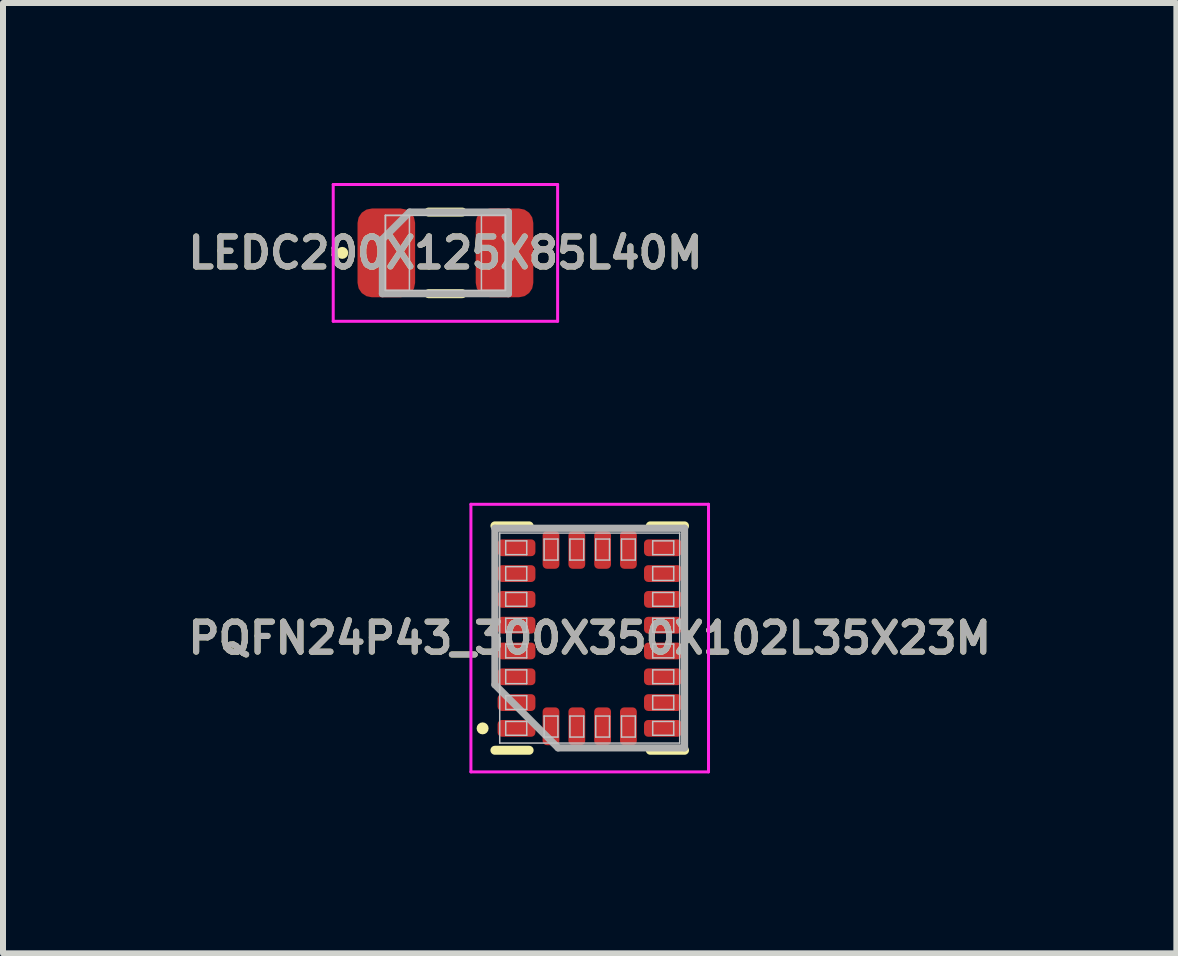
<source format=kicad_pcb>
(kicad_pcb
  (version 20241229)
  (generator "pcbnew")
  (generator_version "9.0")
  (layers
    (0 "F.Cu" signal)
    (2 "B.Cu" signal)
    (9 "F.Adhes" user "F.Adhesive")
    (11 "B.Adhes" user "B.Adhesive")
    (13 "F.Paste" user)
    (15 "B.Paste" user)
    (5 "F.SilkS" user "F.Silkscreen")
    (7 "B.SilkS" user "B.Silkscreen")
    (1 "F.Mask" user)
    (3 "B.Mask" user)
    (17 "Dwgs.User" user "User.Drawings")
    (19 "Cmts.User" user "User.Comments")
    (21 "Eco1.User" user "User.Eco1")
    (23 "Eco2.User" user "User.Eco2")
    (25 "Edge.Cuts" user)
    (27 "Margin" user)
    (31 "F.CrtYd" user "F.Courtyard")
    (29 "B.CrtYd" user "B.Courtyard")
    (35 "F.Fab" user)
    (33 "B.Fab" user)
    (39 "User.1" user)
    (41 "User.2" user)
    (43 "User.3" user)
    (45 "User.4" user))
  (footprint "LEDC200X125X85L40M"
    (layer "F.Cu")
    (at 4.374 1.165)
    (property "Reference" "LEDC200X125X85L40M" (at 0 0 0) (layer "F.SilkS") (effects (font (size 0.5 0.5) (thickness 0.1))))
    (attr smd)
    (fp_line (start -0.28 -0.68) (end 0.28 -0.68) (stroke (width 0.15) (type solid)) (layer "F.SilkS"))
    (fp_line (start -0.28 0.68) (end 0.28 0.68) (stroke (width 0.15) (type solid)) (layer "F.SilkS"))
    (fp_circle (center -1.72 0) (end -1.72 0.05) (stroke (width 0.1) (type solid)) (fill no) (layer "F.SilkS"))
    (fp_line (start -1 -0.625) (end -0.6 -0.625) (stroke (width 0.025) (type solid)) (layer "Dwgs.User"))
    (fp_line (start -1 -0.625) (end 1 -0.625) (stroke (width 0.025) (type solid)) (layer "Dwgs.User"))
    (fp_line (start -1 0.625) (end -1 -0.625) (stroke (width 0.025) (type solid)) (layer "Dwgs.User"))
    (fp_line (start -1 0.625) (end -1 -0.625) (stroke (width 0.025) (type solid)) (layer "Dwgs.User"))
    (fp_line (start -0.6 -0.625) (end -0.6 0.625) (stroke (width 0.025) (type solid)) (layer "Dwgs.User"))
    (fp_line (start -0.6 0.625) (end -1 0.625) (stroke (width 0.025) (type solid)) (layer "Dwgs.User"))
    (fp_line (start 0.6 -0.625) (end 1 -0.625) (stroke (width 0.025) (type solid)) (layer "Dwgs.User"))
    (fp_line (start 0.6 0.625) (end 0.6 -0.625) (stroke (width 0.025) (type solid)) (layer "Dwgs.User"))
    (fp_line (start 1 -0.625) (end 1 0.625) (stroke (width 0.025) (type solid)) (layer "Dwgs.User"))
    (fp_line (start 1 -0.625) (end 1 0.625) (stroke (width 0.025) (type solid)) (layer "Dwgs.User"))
    (fp_line (start 1 0.625) (end -1 0.625) (stroke (width 0.025) (type solid)) (layer "Dwgs.User"))
    (fp_line (start 1 0.625) (end 0.6 0.625) (stroke (width 0.025) (type solid)) (layer "Dwgs.User"))
    (fp_line (start -1.87 -1.14) (end 1.87 -1.14) (stroke (width 0.05) (type solid)) (layer "F.CrtYd"))
    (fp_line (start -1.87 1.14) (end -1.87 -1.14) (stroke (width 0.05) (type solid)) (layer "F.CrtYd"))
    (fp_line (start 1.87 -1.14) (end 1.87 1.14) (stroke (width 0.05) (type solid)) (layer "F.CrtYd"))
    (fp_line (start 1.87 1.14) (end -1.87 1.14) (stroke (width 0.05) (type solid)) (layer "F.CrtYd"))
    (fp_line (start -1.05 -0.227) (end -0.597 -0.68) (stroke (width 0.12) (type solid)) (layer "F.Fab"))
    (fp_line (start -1.05 0.68) (end -1.05 -0.227) (stroke (width 0.12) (type solid)) (layer "F.Fab"))
    (fp_line (start -0.597 -0.68) (end 1.05 -0.68) (stroke (width 0.12) (type solid)) (layer "F.Fab"))
    (fp_line (start 1.05 -0.68) (end 1.05 0.68) (stroke (width 0.12) (type solid)) (layer "F.Fab"))
    (fp_line (start 1.05 0.68) (end -1.05 0.68) (stroke (width 0.12) (type solid)) (layer "F.Fab"))
    (fp_text user "${REFERENCE}" (at 0 0 0) (layer "F.Fab") (effects (font (size 0.5 0.5) (thickness 0.1))))
    (pad "A" smd roundrect (at 0.985 0) (size 0.96 1.48) (layers "F.Cu" "F.Mask" "F.Paste") (roundrect_rratio 0.25))
    (pad "C" smd roundrect (at -0.985 0) (size 0.96 1.48) (layers "F.Cu" "F.Mask" "F.Paste") (roundrect_rratio 0.25)))
  (footprint "PQFN24P43_300X350X102L35X23M"
    (layer "F.Cu")
    (at 6.779 7.585)
    (property "Reference" "PQFN24P43_300X350X102L35X23M" (at 0 0 0) (layer "F.SilkS") (effects (font (size 0.5 0.5) (thickness 0.1))))
    (attr smd)
    (fp_line (start -1.58 -1.87) (end -1.01 -1.87) (stroke (width 0.15) (type solid)) (layer "F.SilkS"))
    (fp_line (start -1.58 1.87) (end -1.01 1.87) (stroke (width 0.15) (type solid)) (layer "F.SilkS"))
    (fp_line (start 1.58 -1.87) (end 1.01 -1.87) (stroke (width 0.15) (type solid)) (layer "F.SilkS"))
    (fp_line (start 1.58 1.87) (end 1.01 1.87) (stroke (width 0.15) (type solid)) (layer "F.SilkS"))
    (fp_circle (center -1.785 1.505) (end -1.785 1.555) (stroke (width 0.1) (type solid)) (fill no) (layer "F.SilkS"))
    (fp_line (start -1.5 -1.75) (end 1.5 -1.75) (stroke (width 0.025) (type solid)) (layer "Dwgs.User"))
    (fp_line (start -1.5 1.75) (end -1.5 -1.75) (stroke (width 0.025) (type solid)) (layer "Dwgs.User"))
    (fp_line (start -1.4 -1.62) (end -1.05 -1.62) (stroke (width 0.025) (type solid)) (layer "Dwgs.User"))
    (fp_line (start -1.4 -1.39) (end -1.4 -1.62) (stroke (width 0.025) (type solid)) (layer "Dwgs.User"))
    (fp_line (start -1.4 -1.19) (end -1.05 -1.19) (stroke (width 0.025) (type solid)) (layer "Dwgs.User"))
    (fp_line (start -1.4 -0.96) (end -1.4 -1.19) (stroke (width 0.025) (type solid)) (layer "Dwgs.User"))
    (fp_line (start -1.4 -0.76) (end -1.05 -0.76) (stroke (width 0.025) (type solid)) (layer "Dwgs.User"))
    (fp_line (start -1.4 -0.53) (end -1.4 -0.76) (stroke (width 0.025) (type solid)) (layer "Dwgs.User"))
    (fp_line (start -1.4 -0.33) (end -1.05 -0.33) (stroke (width 0.025) (type solid)) (layer "Dwgs.User"))
    (fp_line (start -1.4 -0.1) (end -1.4 -0.33) (stroke (width 0.025) (type solid)) (layer "Dwgs.User"))
    (fp_line (start -1.4 0.1) (end -1.05 0.1) (stroke (width 0.025) (type solid)) (layer "Dwgs.User"))
    (fp_line (start -1.4 0.33) (end -1.4 0.1) (stroke (width 0.025) (type solid)) (layer "Dwgs.User"))
    (fp_line (start -1.4 0.53) (end -1.05 0.53) (stroke (width 0.025) (type solid)) (layer "Dwgs.User"))
    (fp_line (start -1.4 0.76) (end -1.4 0.53) (stroke (width 0.025) (type solid)) (layer "Dwgs.User"))
    (fp_line (start -1.4 0.96) (end -1.05 0.96) (stroke (width 0.025) (type solid)) (layer "Dwgs.User"))
    (fp_line (start -1.4 1.19) (end -1.4 0.96) (stroke (width 0.025) (type solid)) (layer "Dwgs.User"))
    (fp_line (start -1.4 1.39) (end -1.05 1.39) (stroke (width 0.025) (type solid)) (layer "Dwgs.User"))
    (fp_line (start -1.4 1.62) (end -1.4 1.39) (stroke (width 0.025) (type solid)) (layer "Dwgs.User"))
    (fp_line (start -1.05 -1.62) (end -1.05 -1.39) (stroke (width 0.025) (type solid)) (layer "Dwgs.User"))
    (fp_line (start -1.05 -1.39) (end -1.4 -1.39) (stroke (width 0.025) (type solid)) (layer "Dwgs.User"))
    (fp_line (start -1.05 -1.19) (end -1.05 -0.96) (stroke (width 0.025) (type solid)) (layer "Dwgs.User"))
    (fp_line (start -1.05 -0.96) (end -1.4 -0.96) (stroke (width 0.025) (type solid)) (layer "Dwgs.User"))
    (fp_line (start -1.05 -0.76) (end -1.05 -0.53) (stroke (width 0.025) (type solid)) (layer "Dwgs.User"))
    (fp_line (start -1.05 -0.53) (end -1.4 -0.53) (stroke (width 0.025) (type solid)) (layer "Dwgs.User"))
    (fp_line (start -1.05 -0.33) (end -1.05 -0.1) (stroke (width 0.025) (type solid)) (layer "Dwgs.User"))
    (fp_line (start -1.05 -0.1) (end -1.4 -0.1) (stroke (width 0.025) (type solid)) (layer "Dwgs.User"))
    (fp_line (start -1.05 0.1) (end -1.05 0.33) (stroke (width 0.025) (type solid)) (layer "Dwgs.User"))
    (fp_line (start -1.05 0.33) (end -1.4 0.33) (stroke (width 0.025) (type solid)) (layer "Dwgs.User"))
    (fp_line (start -1.05 0.53) (end -1.05 0.76) (stroke (width 0.025) (type solid)) (layer "Dwgs.User"))
    (fp_line (start -1.05 0.76) (end -1.4 0.76) (stroke (width 0.025) (type solid)) (layer "Dwgs.User"))
    (fp_line (start -1.05 0.96) (end -1.05 1.19) (stroke (width 0.025) (type solid)) (layer "Dwgs.User"))
    (fp_line (start -1.05 1.19) (end -1.4 1.19) (stroke (width 0.025) (type solid)) (layer "Dwgs.User"))
    (fp_line (start -1.05 1.39) (end -1.05 1.62) (stroke (width 0.025) (type solid)) (layer "Dwgs.User"))
    (fp_line (start -1.05 1.62) (end -1.4 1.62) (stroke (width 0.025) (type solid)) (layer "Dwgs.User"))
    (fp_line (start -0.76 -1.65) (end -0.53 -1.65) (stroke (width 0.025) (type solid)) (layer "Dwgs.User"))
    (fp_line (start -0.76 -1.3) (end -0.76 -1.65) (stroke (width 0.025) (type solid)) (layer "Dwgs.User"))
    (fp_line (start -0.76 1.3) (end -0.53 1.3) (stroke (width 0.025) (type solid)) (layer "Dwgs.User"))
    (fp_line (start -0.76 1.65) (end -0.76 1.3) (stroke (width 0.025) (type solid)) (layer "Dwgs.User"))
    (fp_line (start -0.53 -1.65) (end -0.53 -1.3) (stroke (width 0.025) (type solid)) (layer "Dwgs.User"))
    (fp_line (start -0.53 -1.3) (end -0.76 -1.3) (stroke (width 0.025) (type solid)) (layer "Dwgs.User"))
    (fp_line (start -0.53 1.3) (end -0.53 1.65) (stroke (width 0.025) (type solid)) (layer "Dwgs.User"))
    (fp_line (start -0.53 1.65) (end -0.76 1.65) (stroke (width 0.025) (type solid)) (layer "Dwgs.User"))
    (fp_line (start -0.33 -1.65) (end -0.1 -1.65) (stroke (width 0.025) (type solid)) (layer "Dwgs.User"))
    (fp_line (start -0.33 -1.3) (end -0.33 -1.65) (stroke (width 0.025) (type solid)) (layer "Dwgs.User"))
    (fp_line (start -0.33 1.3) (end -0.1 1.3) (stroke (width 0.025) (type solid)) (layer "Dwgs.User"))
    (fp_line (start -0.33 1.65) (end -0.33 1.3) (stroke (width 0.025) (type solid)) (layer "Dwgs.User"))
    (fp_line (start -0.1 -1.65) (end -0.1 -1.3) (stroke (width 0.025) (type solid)) (layer "Dwgs.User"))
    (fp_line (start -0.1 -1.3) (end -0.33 -1.3) (stroke (width 0.025) (type solid)) (layer "Dwgs.User"))
    (fp_line (start -0.1 1.3) (end -0.1 1.65) (stroke (width 0.025) (type solid)) (layer "Dwgs.User"))
    (fp_line (start -0.1 1.65) (end -0.33 1.65) (stroke (width 0.025) (type solid)) (layer "Dwgs.User"))
    (fp_line (start 0.1 -1.65) (end 0.33 -1.65) (stroke (width 0.025) (type solid)) (layer "Dwgs.User"))
    (fp_line (start 0.1 -1.3) (end 0.1 -1.65) (stroke (width 0.025) (type solid)) (layer "Dwgs.User"))
    (fp_line (start 0.1 1.3) (end 0.33 1.3) (stroke (width 0.025) (type solid)) (layer "Dwgs.User"))
    (fp_line (start 0.1 1.65) (end 0.1 1.3) (stroke (width 0.025) (type solid)) (layer "Dwgs.User"))
    (fp_line (start 0.33 -1.65) (end 0.33 -1.3) (stroke (width 0.025) (type solid)) (layer "Dwgs.User"))
    (fp_line (start 0.33 -1.3) (end 0.1 -1.3) (stroke (width 0.025) (type solid)) (layer "Dwgs.User"))
    (fp_line (start 0.33 1.3) (end 0.33 1.65) (stroke (width 0.025) (type solid)) (layer "Dwgs.User"))
    (fp_line (start 0.33 1.65) (end 0.1 1.65) (stroke (width 0.025) (type solid)) (layer "Dwgs.User"))
    (fp_line (start 0.53 -1.65) (end 0.76 -1.65) (stroke (width 0.025) (type solid)) (layer "Dwgs.User"))
    (fp_line (start 0.53 -1.3) (end 0.53 -1.65) (stroke (width 0.025) (type solid)) (layer "Dwgs.User"))
    (fp_line (start 0.53 1.3) (end 0.76 1.3) (stroke (width 0.025) (type solid)) (layer "Dwgs.User"))
    (fp_line (start 0.53 1.65) (end 0.53 1.3) (stroke (width 0.025) (type solid)) (layer "Dwgs.User"))
    (fp_line (start 0.76 -1.65) (end 0.76 -1.3) (stroke (width 0.025) (type solid)) (layer "Dwgs.User"))
    (fp_line (start 0.76 -1.3) (end 0.53 -1.3) (stroke (width 0.025) (type solid)) (layer "Dwgs.User"))
    (fp_line (start 0.76 1.3) (end 0.76 1.65) (stroke (width 0.025) (type solid)) (layer "Dwgs.User"))
    (fp_line (start 0.76 1.65) (end 0.53 1.65) (stroke (width 0.025) (type solid)) (layer "Dwgs.User"))
    (fp_line (start 1.05 -1.62) (end 1.4 -1.62) (stroke (width 0.025) (type solid)) (layer "Dwgs.User"))
    (fp_line (start 1.05 -1.39) (end 1.05 -1.62) (stroke (width 0.025) (type solid)) (layer "Dwgs.User"))
    (fp_line (start 1.05 -1.19) (end 1.4 -1.19) (stroke (width 0.025) (type solid)) (layer "Dwgs.User"))
    (fp_line (start 1.05 -0.96) (end 1.05 -1.19) (stroke (width 0.025) (type solid)) (layer "Dwgs.User"))
    (fp_line (start 1.05 -0.76) (end 1.4 -0.76) (stroke (width 0.025) (type solid)) (layer "Dwgs.User"))
    (fp_line (start 1.05 -0.53) (end 1.05 -0.76) (stroke (width 0.025) (type solid)) (layer "Dwgs.User"))
    (fp_line (start 1.05 -0.33) (end 1.4 -0.33) (stroke (width 0.025) (type solid)) (layer "Dwgs.User"))
    (fp_line (start 1.05 -0.1) (end 1.05 -0.33) (stroke (width 0.025) (type solid)) (layer "Dwgs.User"))
    (fp_line (start 1.05 0.1) (end 1.4 0.1) (stroke (width 0.025) (type solid)) (layer "Dwgs.User"))
    (fp_line (start 1.05 0.33) (end 1.05 0.1) (stroke (width 0.025) (type solid)) (layer "Dwgs.User"))
    (fp_line (start 1.05 0.53) (end 1.4 0.53) (stroke (width 0.025) (type solid)) (layer "Dwgs.User"))
    (fp_line (start 1.05 0.76) (end 1.05 0.53) (stroke (width 0.025) (type solid)) (layer "Dwgs.User"))
    (fp_line (start 1.05 0.96) (end 1.4 0.96) (stroke (width 0.025) (type solid)) (layer "Dwgs.User"))
    (fp_line (start 1.05 1.19) (end 1.05 0.96) (stroke (width 0.025) (type solid)) (layer "Dwgs.User"))
    (fp_line (start 1.05 1.39) (end 1.4 1.39) (stroke (width 0.025) (type solid)) (layer "Dwgs.User"))
    (fp_line (start 1.05 1.62) (end 1.05 1.39) (stroke (width 0.025) (type solid)) (layer "Dwgs.User"))
    (fp_line (start 1.4 -1.62) (end 1.4 -1.39) (stroke (width 0.025) (type solid)) (layer "Dwgs.User"))
    (fp_line (start 1.4 -1.39) (end 1.05 -1.39) (stroke (width 0.025) (type solid)) (layer "Dwgs.User"))
    (fp_line (start 1.4 -1.19) (end 1.4 -0.96) (stroke (width 0.025) (type solid)) (layer "Dwgs.User"))
    (fp_line (start 1.4 -0.96) (end 1.05 -0.96) (stroke (width 0.025) (type solid)) (layer "Dwgs.User"))
    (fp_line (start 1.4 -0.76) (end 1.4 -0.53) (stroke (width 0.025) (type solid)) (layer "Dwgs.User"))
    (fp_line (start 1.4 -0.53) (end 1.05 -0.53) (stroke (width 0.025) (type solid)) (layer "Dwgs.User"))
    (fp_line (start 1.4 -0.33) (end 1.4 -0.1) (stroke (width 0.025) (type solid)) (layer "Dwgs.User"))
    (fp_line (start 1.4 -0.1) (end 1.05 -0.1) (stroke (width 0.025) (type solid)) (layer "Dwgs.User"))
    (fp_line (start 1.4 0.1) (end 1.4 0.33) (stroke (width 0.025) (type solid)) (layer "Dwgs.User"))
    (fp_line (start 1.4 0.33) (end 1.05 0.33) (stroke (width 0.025) (type solid)) (layer "Dwgs.User"))
    (fp_line (start 1.4 0.53) (end 1.4 0.76) (stroke (width 0.025) (type solid)) (layer "Dwgs.User"))
    (fp_line (start 1.4 0.76) (end 1.05 0.76) (stroke (width 0.025) (type solid)) (layer "Dwgs.User"))
    (fp_line (start 1.4 0.96) (end 1.4 1.19) (stroke (width 0.025) (type solid)) (layer "Dwgs.User"))
    (fp_line (start 1.4 1.19) (end 1.05 1.19) (stroke (width 0.025) (type solid)) (layer "Dwgs.User"))
    (fp_line (start 1.4 1.39) (end 1.4 1.62) (stroke (width 0.025) (type solid)) (layer "Dwgs.User"))
    (fp_line (start 1.4 1.62) (end 1.05 1.62) (stroke (width 0.025) (type solid)) (layer "Dwgs.User"))
    (fp_line (start 1.5 -1.75) (end 1.5 1.75) (stroke (width 0.025) (type solid)) (layer "Dwgs.User"))
    (fp_line (start 1.5 1.75) (end -1.5 1.75) (stroke (width 0.025) (type solid)) (layer "Dwgs.User"))
    (fp_line (start -1.98 -2.23) (end -1.98 2.23) (stroke (width 0.05) (type solid)) (layer "F.CrtYd"))
    (fp_line (start -1.98 2.23) (end 1.98 2.23) (stroke (width 0.05) (type solid)) (layer "F.CrtYd"))
    (fp_line (start 1.98 -2.23) (end -1.98 -2.23) (stroke (width 0.05) (type solid)) (layer "F.CrtYd"))
    (fp_line (start 1.98 2.23) (end 1.98 -2.23) (stroke (width 0.05) (type solid)) (layer "F.CrtYd"))
    (fp_line (start -1.58 -1.83) (end 1.58 -1.83) (stroke (width 0.12) (type solid)) (layer "F.Fab"))
    (fp_line (start -1.58 0.777) (end -1.58 -1.83) (stroke (width 0.12) (type solid)) (layer "F.Fab"))
    (fp_line (start -0.527 1.83) (end -1.58 0.777) (stroke (width 0.12) (type solid)) (layer "F.Fab"))
    (fp_line (start 1.58 -1.83) (end 1.58 1.83) (stroke (width 0.12) (type solid)) (layer "F.Fab"))
    (fp_line (start 1.58 1.83) (end -0.527 1.83) (stroke (width 0.12) (type solid)) (layer "F.Fab"))
    (fp_text user "${REFERENCE}" (at 0 0 0) (layer "F.Fab") (effects (font (size 0.5 0.5) (thickness 0.1))))
    (pad "1" smd roundrect (at -1.22 1.505) (size 0.63 0.28) (layers "F.Cu" "F.Mask" "F.Paste") (roundrect_rratio 0.25))
    (pad "2" smd roundrect (at -0.645 1.47 90) (size 0.63 0.28) (layers "F.Cu" "F.Mask" "F.Paste") (roundrect_rratio 0.25))
    (pad "3" smd roundrect (at -0.215 1.47 90) (size 0.63 0.28) (layers "F.Cu" "F.Mask" "F.Paste") (roundrect_rratio 0.25))
    (pad "4" smd roundrect (at 0.215 1.47 90) (size 0.63 0.28) (layers "F.Cu" "F.Mask" "F.Paste") (roundrect_rratio 0.25))
    (pad "5" smd roundrect (at 0.645 1.47 90) (size 0.63 0.28) (layers "F.Cu" "F.Mask" "F.Paste") (roundrect_rratio 0.25))
    (pad "6" smd roundrect (at 1.22 1.505) (size 0.63 0.28) (layers "F.Cu" "F.Mask" "F.Paste") (roundrect_rratio 0.25))
    (pad "7" smd roundrect (at 1.22 1.075) (size 0.63 0.28) (layers "F.Cu" "F.Mask" "F.Paste") (roundrect_rratio 0.25))
    (pad "8" smd roundrect (at 1.22 0.645) (size 0.63 0.28) (layers "F.Cu" "F.Mask" "F.Paste") (roundrect_rratio 0.25))
    (pad "9" smd roundrect (at 1.22 0.215) (size 0.63 0.28) (layers "F.Cu" "F.Mask" "F.Paste") (roundrect_rratio 0.25))
    (pad "10" smd roundrect (at 1.22 -0.215) (size 0.63 0.28) (layers "F.Cu" "F.Mask" "F.Paste") (roundrect_rratio 0.25))
    (pad "11" smd roundrect (at 1.22 -0.645) (size 0.63 0.28) (layers "F.Cu" "F.Mask" "F.Paste") (roundrect_rratio 0.25))
    (pad "12" smd roundrect (at 1.22 -1.075) (size 0.63 0.28) (layers "F.Cu" "F.Mask" "F.Paste") (roundrect_rratio 0.25))
    (pad "13" smd roundrect (at 1.22 -1.505) (size 0.63 0.28) (layers "F.Cu" "F.Mask" "F.Paste") (roundrect_rratio 0.25))
    (pad "14" smd roundrect (at 0.645 -1.47 90) (size 0.63 0.28) (layers "F.Cu" "F.Mask" "F.Paste") (roundrect_rratio 0.25))
    (pad "15" smd roundrect (at 0.215 -1.47 90) (size 0.63 0.28) (layers "F.Cu" "F.Mask" "F.Paste") (roundrect_rratio 0.25))
    (pad "16" smd roundrect (at -0.215 -1.47 90) (size 0.63 0.28) (layers "F.Cu" "F.Mask" "F.Paste") (roundrect_rratio 0.25))
    (pad "17" smd roundrect (at -0.645 -1.47 90) (size 0.63 0.28) (layers "F.Cu" "F.Mask" "F.Paste") (roundrect_rratio 0.25))
    (pad "18" smd roundrect (at -1.22 -1.505) (size 0.63 0.28) (layers "F.Cu" "F.Mask" "F.Paste") (roundrect_rratio 0.25))
    (pad "19" smd roundrect (at -1.22 -1.075) (size 0.63 0.28) (layers "F.Cu" "F.Mask" "F.Paste") (roundrect_rratio 0.25))
    (pad "20" smd roundrect (at -1.22 -0.645) (size 0.63 0.28) (layers "F.Cu" "F.Mask" "F.Paste") (roundrect_rratio 0.25))
    (pad "21" smd roundrect (at -1.22 -0.215) (size 0.63 0.28) (layers "F.Cu" "F.Mask" "F.Paste") (roundrect_rratio 0.25))
    (pad "22" smd roundrect (at -1.22 0.215) (size 0.63 0.28) (layers "F.Cu" "F.Mask" "F.Paste") (roundrect_rratio 0.25))
    (pad "23" smd roundrect (at -1.22 0.645) (size 0.63 0.28) (layers "F.Cu" "F.Mask" "F.Paste") (roundrect_rratio 0.25))
    (pad "24" smd roundrect (at -1.22 1.075) (size 0.63 0.28) (layers "F.Cu" "F.Mask" "F.Paste") (roundrect_rratio 0.25)))
  (gr_rect
    (start -3 -3)
    (end 16.557 12.84)
    (stroke (width 0.1) (type default))
    (fill no)
    (layer "Edge.Cuts")))
</source>
